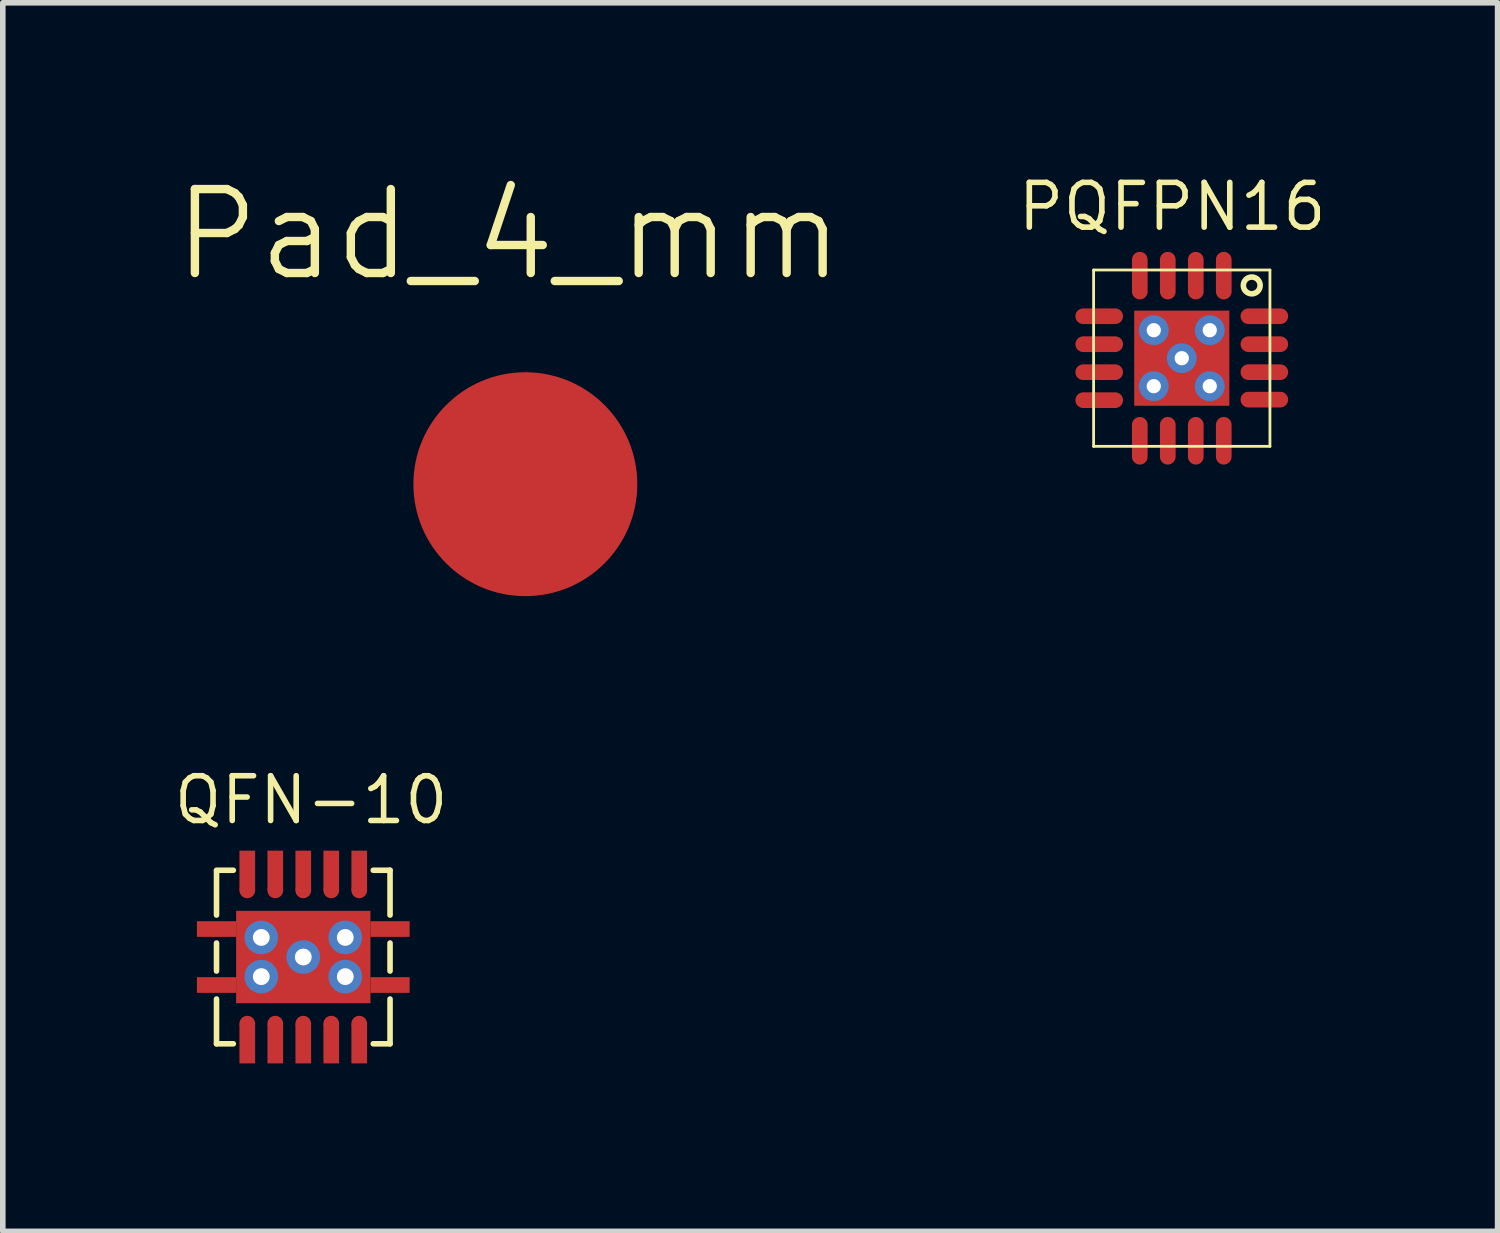
<source format=kicad_pcb>
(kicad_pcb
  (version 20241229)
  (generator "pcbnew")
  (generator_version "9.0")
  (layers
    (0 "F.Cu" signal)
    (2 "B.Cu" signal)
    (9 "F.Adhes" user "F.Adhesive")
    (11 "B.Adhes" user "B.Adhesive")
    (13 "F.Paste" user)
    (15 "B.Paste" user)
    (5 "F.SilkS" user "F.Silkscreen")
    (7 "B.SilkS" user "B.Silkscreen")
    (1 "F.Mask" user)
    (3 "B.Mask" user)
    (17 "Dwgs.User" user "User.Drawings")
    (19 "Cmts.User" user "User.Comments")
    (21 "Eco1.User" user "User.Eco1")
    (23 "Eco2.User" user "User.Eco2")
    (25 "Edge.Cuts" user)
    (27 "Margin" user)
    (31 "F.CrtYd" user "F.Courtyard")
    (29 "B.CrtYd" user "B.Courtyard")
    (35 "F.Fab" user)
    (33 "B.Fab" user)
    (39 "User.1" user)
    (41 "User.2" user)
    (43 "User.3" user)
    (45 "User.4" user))
  (footprint "Pad_4_mm"
    (layer "F.Cu")
    (at 5.916 5.6)
    (property "Reference" "Pad_4_mm" (at 0.123 -4.459 0) (layer "F.SilkS") (effects (font (size 1.5 1.5) (thickness 0.15))))
    (attr through_hole)
    (pad "1" smd circle (at 0.419 0) (size 4 4) (layers "F.Cu" "F.Mask")))
  (footprint "PQFPN16"
    (layer "F.Cu")
    (at 18.062 3.349)
    (property "Reference" "PQFPN16" (at -0.171 -2.706 0) (layer "F.SilkS") (effects (font (size 0.8 0.8) (thickness 0.1))))
    (attr smd)
    (fp_line (start -1.575 -1.575) (end 1.575 -1.575) (stroke (width 0.05) (type solid)) (layer "F.SilkS"))
    (fp_line (start -1.575 1.575) (end -1.575 -1.575) (stroke (width 0.05) (type solid)) (layer "F.SilkS"))
    (fp_line (start 1.575 -1.575) (end 1.575 1.575) (stroke (width 0.05) (type solid)) (layer "F.SilkS"))
    (fp_line (start 1.575 1.575) (end -1.575 1.575) (stroke (width 0.05) (type solid)) (layer "F.SilkS"))
    (fp_circle (center 1.25 -1.3) (end 1.1 -1.3) (stroke (width 0.1) (type solid)) (fill no) (layer "F.SilkS"))
    (pad "" smd rect (at -0.45 -0.45) (size 0.7 0.7) (layers "F.Mask" "F.Paste"))
    (pad "" smd rect (at -0.45 0.45) (size 0.7 0.7) (layers "F.Mask" "F.Paste"))
    (pad "" smd rect (at 0.45 -0.45) (size 0.7 0.7) (layers "F.Mask" "F.Paste"))
    (pad "" smd rect (at 0.45 0.45) (size 0.7 0.7) (layers "F.Mask" "F.Paste"))
    (pad "0" thru_hole circle (at -0.5 -0.5) (size 0.533 0.533) (drill 0.254) (layers "*.Cu"))
    (pad "0" thru_hole circle (at -0.5 0.5) (size 0.533 0.533) (drill 0.254) (layers "*.Cu"))
    (pad "0" thru_hole circle (at 0 0) (size 0.533 0.533) (drill 0.254) (layers "*.Cu"))
    (pad "0" smd rect (at 0 0) (size 1.7 1.7) (layers "F.Cu"))
    (pad "0" thru_hole circle (at 0.5 -0.5) (size 0.533 0.533) (drill 0.254) (layers "*.Cu"))
    (pad "0" thru_hole circle (at 0.5 0.5) (size 0.533 0.533) (drill 0.254) (layers "*.Cu"))
    (pad "1" smd oval (at 0.75 -1.475) (size 0.28 0.85) (layers "F.Cu" "F.Mask" "F.Paste"))
    (pad "2" smd oval (at 0.25 -1.475) (size 0.28 0.85) (layers "F.Cu" "F.Mask" "F.Paste"))
    (pad "3" smd oval (at -0.25 -1.475) (size 0.28 0.85) (layers "F.Cu" "F.Mask" "F.Paste"))
    (pad "4" smd oval (at -0.75 -1.475) (size 0.28 0.85) (layers "F.Cu" "F.Mask" "F.Paste"))
    (pad "5" smd oval (at -1.475 -0.75 90) (size 0.28 0.85) (layers "F.Cu" "F.Mask" "F.Paste"))
    (pad "6" smd oval (at -1.475 -0.25 90) (size 0.28 0.85) (layers "F.Cu" "F.Mask" "F.Paste"))
    (pad "7" smd oval (at -1.475 0.25 90) (size 0.28 0.85) (layers "F.Cu" "F.Mask" "F.Paste"))
    (pad "8" smd oval (at -1.475 0.75 90) (size 0.28 0.85) (layers "F.Cu" "F.Mask" "F.Paste"))
    (pad "9" smd oval (at -0.75 1.475) (size 0.28 0.85) (layers "F.Cu" "F.Mask" "F.Paste"))
    (pad "10" smd oval (at -0.25 1.475) (size 0.28 0.85) (layers "F.Cu" "F.Mask" "F.Paste"))
    (pad "11" smd oval (at 0.25 1.475) (size 0.28 0.85) (layers "F.Cu" "F.Mask" "F.Paste"))
    (pad "12" smd oval (at 0.75 1.475) (size 0.28 0.85) (layers "F.Cu" "F.Mask" "F.Paste"))
    (pad "13" smd oval (at 1.475 0.74 90) (size 0.28 0.85) (layers "F.Cu" "F.Mask" "F.Paste"))
    (pad "14" smd oval (at 1.475 0.25 90) (size 0.28 0.85) (layers "F.Cu" "F.Mask" "F.Paste"))
    (pad "15" smd oval (at 1.475 -0.25 90) (size 0.28 0.85) (layers "F.Cu" "F.Mask" "F.Paste"))
    (pad "16" smd oval (at 1.475 -0.75 90) (size 0.28 0.85) (layers "F.Cu" "F.Mask" "F.Paste")))
  (footprint "QFN-10"
    (layer "F.Cu")
    (at 2.368 14.047)
    (property "Reference" "QFN-10" (at 0.14 -2.804 0) (layer "F.SilkS") (effects (font (size 0.8 0.8) (thickness 0.1))))
    (attr through_hole)
    (fp_line (start -1.55 -1.55) (end -1.25 -1.55) (stroke (width 0.1) (type solid)) (layer "F.SilkS"))
    (fp_line (start -1.55 -1.535) (end -1.55 -0.75) (stroke (width 0.1) (type solid)) (layer "F.SilkS"))
    (fp_line (start -1.55 -0.25) (end -1.55 0.25) (stroke (width 0.1) (type solid)) (layer "F.SilkS"))
    (fp_line (start -1.55 1.55) (end -1.55 0.75) (stroke (width 0.1) (type solid)) (layer "F.SilkS"))
    (fp_line (start -1.55 1.55) (end -1.25 1.55) (stroke (width 0.1) (type solid)) (layer "F.SilkS"))
    (fp_line (start 1.55 -1.55) (end 1.25 -1.55) (stroke (width 0.1) (type solid)) (layer "F.SilkS"))
    (fp_line (start 1.55 -1.55) (end 1.55 -0.75) (stroke (width 0.1) (type solid)) (layer "F.SilkS"))
    (fp_line (start 1.55 -0.25) (end 1.55 0.25) (stroke (width 0.1) (type solid)) (layer "F.SilkS"))
    (fp_line (start 1.55 0.75) (end 1.55 1.55) (stroke (width 0.1) (type solid)) (layer "F.SilkS"))
    (fp_line (start 1.55 1.55) (end 1.25 1.55) (stroke (width 0.1) (type solid)) (layer "F.SilkS"))
    (pad "" smd rect (at -1.55 -0.5) (size 0.5 0.26) (layers "F.Paste"))
    (pad "" smd rect (at -1.55 0.5) (size 0.5 0.26) (layers "F.Paste"))
    (pad "" smd rect (at -0.625 -0.4) (size 1.05 0.6) (layers "F.Paste"))
    (pad "" smd rect (at -0.625 0.4) (size 1.05 0.6) (layers "F.Paste"))
    (pad "" smd rect (at 0.625 -0.4) (size 1.05 0.6) (layers "F.Paste"))
    (pad "" smd rect (at 0.625 0.4) (size 1.05 0.6) (layers "F.Paste"))
    (pad "" smd rect (at 1.55 -0.5) (size 0.5 0.26) (layers "F.Paste"))
    (pad "" smd rect (at 1.55 0.5) (size 0.5 0.26) (layers "F.Paste"))
    (pad "0" thru_hole circle (at -0.75 -0.35) (size 0.6 0.6) (drill 0.3) (layers "*.Cu"))
    (pad "0" thru_hole circle (at -0.75 0.35) (size 0.6 0.6) (drill 0.3) (layers "*.Cu"))
    (pad "0" thru_hole circle (at 0 0) (size 0.6 0.6) (drill 0.3) (layers "*.Cu"))
    (pad "0" thru_hole circle (at 0.75 -0.35) (size 0.6 0.6) (drill 0.3) (layers "*.Cu"))
    (pad "0" thru_hole circle (at 0.75 0.35) (size 0.6 0.6) (drill 0.3) (layers "*.Cu"))
    (pad "1" smd circle (at -1 1.19) (size 0.28 0.28) (layers "F.Cu" "F.Mask" "F.Paste"))
    (pad "1" smd rect (at -1 1.545) (size 0.28 0.71) (layers "F.Cu" "F.Mask" "F.Paste"))
    (pad "2" smd circle (at -0.5 1.19) (size 0.28 0.28) (layers "F.Cu" "F.Mask" "F.Paste"))
    (pad "2" smd rect (at -0.5 1.545) (size 0.28 0.71) (layers "F.Cu" "F.Mask" "F.Paste"))
    (pad "3" smd circle (at 0 1.19) (size 0.28 0.28) (layers "F.Cu" "F.Mask" "F.Paste"))
    (pad "3" smd rect (at 0 1.545) (size 0.28 0.71) (layers "F.Cu" "F.Mask" "F.Paste"))
    (pad "4" smd circle (at 0.5 1.19) (size 0.28 0.28) (layers "F.Cu" "F.Mask" "F.Paste"))
    (pad "4" smd rect (at 0.5 1.545) (size 0.28 0.71) (layers "F.Cu" "F.Mask" "F.Paste"))
    (pad "5" smd circle (at 1 1.19) (size 0.28 0.28) (layers "F.Cu" "F.Mask" "F.Paste"))
    (pad "5" smd rect (at 1 1.545) (size 0.28 0.71) (layers "F.Cu" "F.Mask" "F.Paste"))
    (pad "6" smd rect (at 1 -1.545) (size 0.28 0.71) (layers "F.Cu" "F.Mask" "F.Paste"))
    (pad "6" smd circle (at 1 -1.19) (size 0.28 0.28) (layers "F.Cu" "F.Mask" "F.Paste"))
    (pad "7" smd rect (at 0.5 -1.545) (size 0.28 0.71) (layers "F.Cu" "F.Mask" "F.Paste"))
    (pad "7" smd circle (at 0.5 -1.19) (size 0.28 0.28) (layers "F.Cu" "F.Mask" "F.Paste"))
    (pad "8" smd rect (at 0 -1.545) (size 0.28 0.71) (layers "F.Cu" "F.Mask" "F.Paste"))
    (pad "8" smd circle (at 0 -1.19) (size 0.28 0.28) (layers "F.Cu" "F.Mask" "F.Paste"))
    (pad "9" smd rect (at -0.5 -1.545) (size 0.28 0.71) (layers "F.Cu" "F.Mask" "F.Paste"))
    (pad "9" smd circle (at -0.5 -1.19) (size 0.28 0.28) (layers "F.Cu" "F.Mask" "F.Paste"))
    (pad "10" smd rect (at -1 -1.545) (size 0.28 0.71) (layers "F.Cu" "F.Mask" "F.Paste"))
    (pad "10" smd circle (at -1 -1.19) (size 0.28 0.28) (layers "F.Cu" "F.Mask" "F.Paste"))
    (pad "~" smd rect (at -1.55 -0.5) (size 0.7 0.28) (layers "F.Cu" "F.Mask"))
    (pad "~" smd rect (at -1.55 0.5) (size 0.7 0.28) (layers "F.Cu" "F.Mask"))
    (pad "~" smd rect (at 0 0) (size 2.4 1.65) (layers "F.Cu" "F.Mask"))
    (pad "~" smd rect (at 1.55 -0.5) (size 0.7 0.28) (layers "F.Cu" "F.Mask"))
    (pad "~" smd rect (at 1.55 0.5) (size 0.7 0.28) (layers "F.Cu" "F.Mask")))
  (gr_rect
    (start -3 -3)
    (end 23.704 18.947)
    (stroke (width 0.1) (type default))
    (fill no)
    (layer "Edge.Cuts")))
</source>
